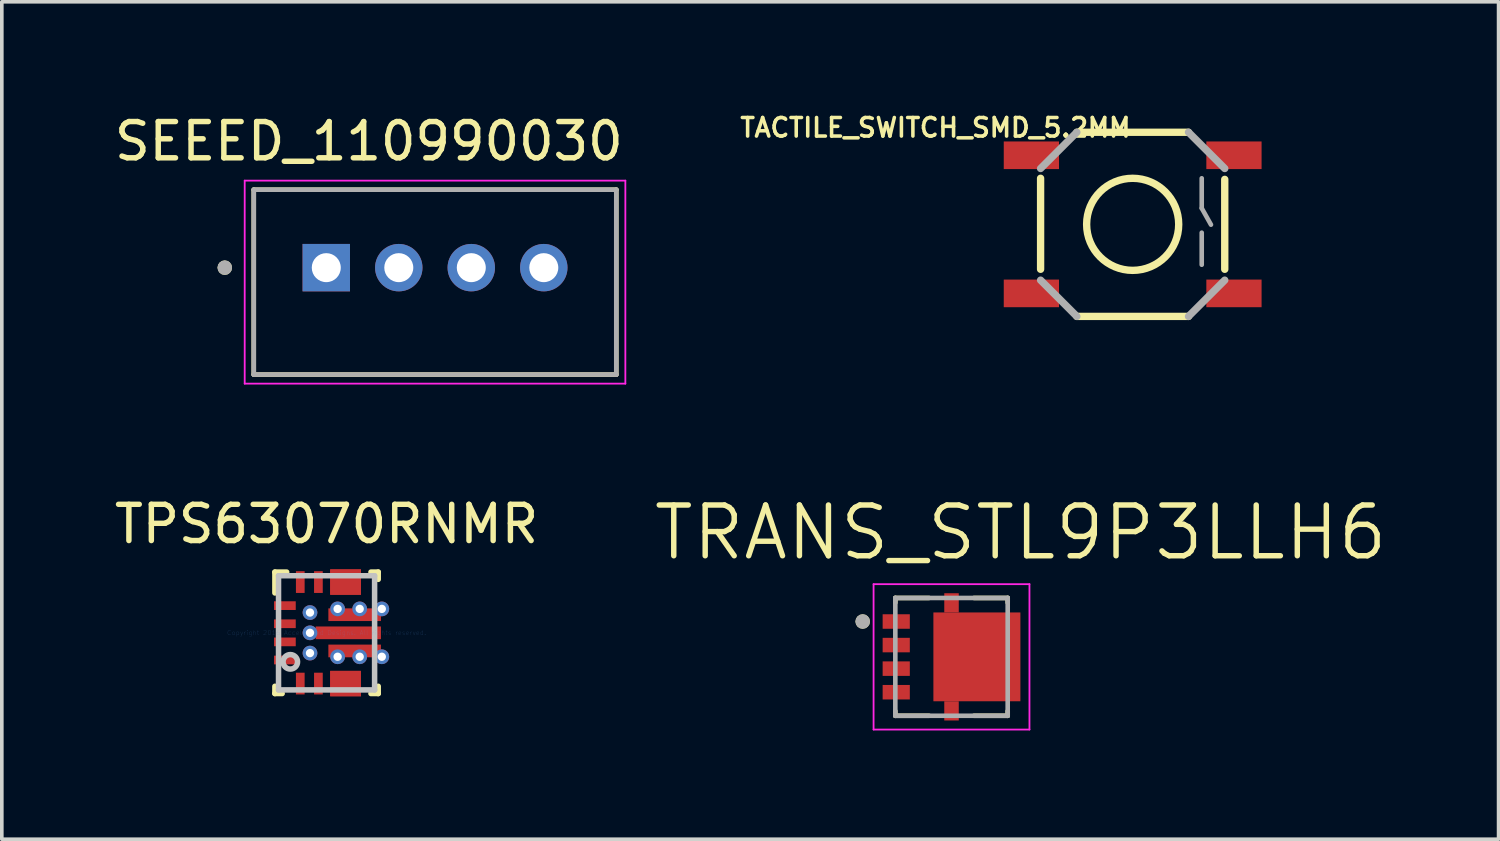
<source format=kicad_pcb>
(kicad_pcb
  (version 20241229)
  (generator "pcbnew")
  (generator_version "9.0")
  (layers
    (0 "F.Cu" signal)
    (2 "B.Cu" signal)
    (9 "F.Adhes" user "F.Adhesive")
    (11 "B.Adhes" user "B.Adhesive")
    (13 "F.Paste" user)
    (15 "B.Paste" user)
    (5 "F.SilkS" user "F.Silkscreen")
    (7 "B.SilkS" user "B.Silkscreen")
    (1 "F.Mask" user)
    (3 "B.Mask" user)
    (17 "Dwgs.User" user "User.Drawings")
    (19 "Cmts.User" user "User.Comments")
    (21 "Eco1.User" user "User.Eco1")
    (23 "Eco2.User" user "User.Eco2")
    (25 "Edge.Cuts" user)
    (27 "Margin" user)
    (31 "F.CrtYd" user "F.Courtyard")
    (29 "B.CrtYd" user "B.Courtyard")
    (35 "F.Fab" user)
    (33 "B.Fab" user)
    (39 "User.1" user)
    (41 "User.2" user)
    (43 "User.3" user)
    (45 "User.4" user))
  (footprint "TPS63070RNMR"
    (layer "F.Cu")
    (at 5.958 14.406)
    (property "Reference" "TPS63070RNMR" (at 0 -3 0) (layer "F.SilkS") (effects (font (size 1 1) (thickness 0.15))))
    (attr through_hole)
    (fp_line (start -1.425 -1.675) (end -1.1 -1.675) (stroke (width 0.152) (type solid)) (layer "F.SilkS"))
    (fp_line (start -1.425 -1.1) (end -1.425 -1.675) (stroke (width 0.152) (type solid)) (layer "F.SilkS"))
    (fp_line (start -1.425 1.675) (end -1.425 1.475) (stroke (width 0.152) (type solid)) (layer "F.SilkS"))
    (fp_line (start -1.425 1.675) (end -1.225 1.675) (stroke (width 0.152) (type solid)) (layer "F.SilkS"))
    (fp_line (start 1.225 -1.675) (end 1.425 -1.675) (stroke (width 0.152) (type solid)) (layer "F.SilkS"))
    (fp_line (start 1.225 1.675) (end 1.425 1.675) (stroke (width 0.152) (type solid)) (layer "F.SilkS"))
    (fp_line (start 1.425 -1.475) (end 1.425 -1.675) (stroke (width 0.152) (type solid)) (layer "F.SilkS"))
    (fp_line (start 1.425 1.675) (end 1.425 1.475) (stroke (width 0.152) (type solid)) (layer "F.SilkS"))
    (fp_line (start -1.325 -1.575) (end 1.325 -1.575) (stroke (width 0.152) (type solid)) (layer "Dwgs.User"))
    (fp_line (start -1.325 1.575) (end -1.325 -1.575) (stroke (width 0.152) (type solid)) (layer "Dwgs.User"))
    (fp_line (start -1.325 1.575) (end 1.325 1.575) (stroke (width 0.152) (type solid)) (layer "Dwgs.User"))
    (fp_line (start 1.325 1.575) (end 1.325 -1.575) (stroke (width 0.152) (type solid)) (layer "Dwgs.User"))
    (fp_circle (center -1 0.8) (end -0.8 0.8) (stroke (width 0.152) (type solid)) (fill no) (layer "Dwgs.User"))
    (fp_text user "Copyright 2016 Accelerated Designs. All rights reserved." (at 0 0 0) (layer "Cmts.User") (effects (font (size 0.127 0.127) (thickness 0.002))))
    (pad "" smd rect (at -1.15 -0.75 90) (size 0.24 0.6) (layers "F.Paste"))
    (pad "" smd rect (at -1.15 -0.75 90) (size 0.342 0.702) (layers "F.Mask"))
    (pad "" smd rect (at -1.15 -0.25 90) (size 0.24 0.6) (layers "F.Paste"))
    (pad "" smd rect (at -1.15 -0.25 90) (size 0.342 0.702) (layers "F.Mask"))
    (pad "" smd rect (at -1.15 0.25 90) (size 0.24 0.6) (layers "F.Paste"))
    (pad "" smd rect (at -1.15 0.25 90) (size 0.342 0.702) (layers "F.Mask"))
    (pad "" smd rect (at -1.15 0.75 90) (size 0.24 0.6) (layers "F.Paste"))
    (pad "" smd rect (at -1.15 0.75 90) (size 0.342 0.702) (layers "F.Mask"))
    (pad "" smd rect (at -0.725 -1.4) (size 0.24 0.6) (layers "F.Paste"))
    (pad "" smd rect (at -0.725 -1.4) (size 0.342 0.702) (layers "F.Mask"))
    (pad "" smd rect (at -0.725 1.4) (size 0.24 0.6) (layers "F.Paste"))
    (pad "" smd rect (at -0.725 1.4) (size 0.342 0.702) (layers "F.Mask"))
    (pad "" smd rect (at -0.225 -1.4) (size 0.24 0.6) (layers "F.Paste"))
    (pad "" smd rect (at -0.225 -1.4) (size 0.342 0.702) (layers "F.Mask"))
    (pad "" smd rect (at -0.225 1.4) (size 0.24 0.6) (layers "F.Paste"))
    (pad "" smd rect (at -0.225 1.4) (size 0.342 0.702) (layers "F.Mask"))
    (pad "" smd rect (at 0.525 -1.4 90) (size 0.000003 0.15) (layers "F.Mask"))
    (pad "" smd rect (at 0.525 -1.4 90) (size 0.000003 0.15) (layers "F.Mask"))
    (pad "" smd rect (at 0.525 -1.4 90) (size 0.000003 0.15) (layers "F.Paste"))
    (pad "" smd rect (at 0.525 -1.4 90) (size 0.000003 0.15) (layers "F.Paste"))
    (pad "" smd rect (at 0.525 1.4 90) (size 0.000003 0.15) (layers "F.Mask"))
    (pad "" smd rect (at 0.525 1.4 90) (size 0.000003 0.15) (layers "F.Mask"))
    (pad "" smd rect (at 0.525 1.4 90) (size 0.000003 0.15) (layers "F.Paste"))
    (pad "" smd rect (at 0.525 1.4 90) (size 0.000003 0.15) (layers "F.Paste"))
    (pad "" smd rect (at 0.6 0 90) (size 0.025 0.025) (layers "F.Paste"))
    (pad "" smd rect (at 0.6 0 90) (size 0.25 1.7) (layers "F.Mask"))
    (pad "" smd rect (at 0.775 -0.5 90) (size 0.025 0.025) (layers "F.Paste"))
    (pad "" smd rect (at 0.775 0.5 90) (size 0.025 0.025) (layers "F.Paste"))
    (pad "1" smd rect (at -1.15 -0.75 90) (size 0.24 0.6) (layers "F.Cu" "F.Mask" "F.Paste"))
    (pad "2" smd rect (at -1.15 -0.25 90) (size 0.24 0.6) (layers "F.Cu" "F.Mask" "F.Paste"))
    (pad "3" smd rect (at -1.15 0.25 90) (size 0.24 0.6) (layers "F.Cu" "F.Mask" "F.Paste"))
    (pad "4" smd rect (at -1.15 0.75 90) (size 0.24 0.6) (layers "F.Cu" "F.Mask" "F.Paste"))
    (pad "5" smd rect (at -0.725 1.4) (size 0.24 0.6) (layers "F.Cu" "F.Mask" "F.Paste"))
    (pad "6" smd rect (at -0.225 1.4) (size 0.24 0.6) (layers "F.Cu" "F.Mask" "F.Paste"))
    (pad "7" smd rect (at 0.525 1.4 90) (size 0.7 0.85) (layers "F.Cu" "F.Mask" "F.Paste"))
    (pad "8" smd rect (at 0.525 1.4 90) (size 0.7 0.85) (layers "F.Cu" "F.Mask" "F.Paste"))
    (pad "9" thru_hole circle (at 0.305 0.66) (size 0.406 0.406) (drill 0.229) (layers "*.Cu"))
    (pad "9" smd rect (at 0.775 0.5 90) (size 0.35 1.45) (layers "F.Cu" "F.Mask" "F.Paste"))
    (pad "9" thru_hole circle (at 0.914 0.66) (size 0.406 0.406) (drill 0.229) (layers "*.Cu"))
    (pad "9" thru_hole circle (at 1.524 0.66) (size 0.406 0.406) (drill 0.229) (layers "*.Cu"))
    (pad "10" thru_hole circle (at -0.457 -0.559) (size 0.406 0.406) (drill 0.229) (layers "*.Cu"))
    (pad "10" thru_hole circle (at -0.457 0) (size 0.406 0.406) (drill 0.229) (layers "*.Cu"))
    (pad "10" thru_hole circle (at -0.457 0.559) (size 0.406 0.406) (drill 0.229) (layers "*.Cu"))
    (pad "10" smd rect (at 0.6 0 90) (size 0.35 1.8) (layers "F.Cu" "F.Mask" "F.Paste"))
    (pad "11" thru_hole circle (at 0.305 -0.66) (size 0.406 0.406) (drill 0.229) (layers "*.Cu"))
    (pad "11" smd rect (at 0.775 -0.5 90) (size 0.35 1.45) (layers "F.Cu" "F.Mask" "F.Paste"))
    (pad "11" thru_hole circle (at 0.914 -0.66) (size 0.406 0.406) (drill 0.229) (layers "*.Cu"))
    (pad "11" thru_hole circle (at 1.524 -0.66) (size 0.406 0.406) (drill 0.229) (layers "*.Cu"))
    (pad "12" smd rect (at 0.525 -1.4 90) (size 0.7 0.85) (layers "F.Cu" "F.Mask" "F.Paste"))
    (pad "13" smd rect (at 0.525 -1.4 90) (size 0.7 0.85) (layers "F.Cu" "F.Mask" "F.Paste"))
    (pad "14" smd rect (at -0.225 -1.4) (size 0.24 0.6) (layers "F.Cu" "F.Mask" "F.Paste"))
    (pad "15" smd rect (at -0.725 -1.4) (size 0.24 0.6) (layers "F.Cu" "F.Mask" "F.Paste")))
  (footprint "TRANS_STL9P3LLH6"
    (layer "F.Cu")
    (at 23.197 15.069)
    (property "Reference" "TRANS_STL9P3LLH6" (at 1.905 -3.429 0) (layer "F.SilkS") (effects (font (size 1.4 1.4) (thickness 0.15))))
    (attr smd)
    (fp_poly (pts (xy -0.3 -1.855) (xy 0.3 -1.855) (xy 0.3 1.855) (xy -0.3 1.855)) (stroke (width 0.01) (type solid)) (fill yes) (layer "F.Mask"))
    (fp_line (start -1.55 -1.625) (end -1.55 -1.495) (stroke (width 0.127) (type solid)) (layer "F.SilkS"))
    (fp_line (start -1.55 -1.625) (end -0.62 -1.625) (stroke (width 0.127) (type solid)) (layer "F.SilkS"))
    (fp_line (start -1.55 1.495) (end -1.55 1.625) (stroke (width 0.127) (type solid)) (layer "F.SilkS"))
    (fp_line (start -0.62 1.625) (end -1.55 1.625) (stroke (width 0.127) (type solid)) (layer "F.SilkS"))
    (fp_line (start 0.62 -1.625) (end 1.55 -1.625) (stroke (width 0.127) (type solid)) (layer "F.SilkS"))
    (fp_line (start 1.55 -1.495) (end 1.55 -1.625) (stroke (width 0.127) (type solid)) (layer "F.SilkS"))
    (fp_line (start 1.55 1.625) (end 0.62 1.625) (stroke (width 0.127) (type solid)) (layer "F.SilkS"))
    (fp_line (start 1.55 1.625) (end 1.55 1.495) (stroke (width 0.127) (type solid)) (layer "F.SilkS"))
    (fp_circle (center -2.45 -0.975) (end -2.35 -0.975) (stroke (width 0.2) (type solid)) (fill no) (layer "F.SilkS"))
    (fp_poly (pts (xy -0.06 -0.775) (xy 1.46 -0.775) (xy 1.46 0.775) (xy -0.06 0.775)) (stroke (width 0.01) (type solid)) (fill yes) (layer "F.Paste"))
    (fp_line (start -2.15 -2.005) (end -2.15 2.005) (stroke (width 0.05) (type solid)) (layer "F.CrtYd"))
    (fp_line (start -2.15 -2.005) (end 2.15 -2.005) (stroke (width 0.05) (type solid)) (layer "F.CrtYd"))
    (fp_line (start 2.15 2.005) (end -2.15 2.005) (stroke (width 0.05) (type solid)) (layer "F.CrtYd"))
    (fp_line (start 2.15 2.005) (end 2.15 -2.005) (stroke (width 0.05) (type solid)) (layer "F.CrtYd"))
    (fp_line (start -1.55 -1.625) (end -1.55 1.625) (stroke (width 0.127) (type solid)) (layer "F.Fab"))
    (fp_line (start -1.55 -1.625) (end 1.55 -1.625) (stroke (width 0.127) (type solid)) (layer "F.Fab"))
    (fp_line (start 1.55 1.625) (end -1.55 1.625) (stroke (width 0.127) (type solid)) (layer "F.Fab"))
    (fp_line (start 1.55 1.625) (end 1.55 -1.625) (stroke (width 0.127) (type solid)) (layer "F.Fab"))
    (fp_circle (center -2.45 -0.975) (end -2.35 -0.975) (stroke (width 0.2) (type solid)) (fill no) (layer "F.Fab"))
    (pad "1" smd rect (at -1.525 -0.975) (size 0.75 0.4) (layers "F.Cu" "F.Mask" "F.Paste"))
    (pad "2" smd rect (at -1.525 -0.325) (size 0.75 0.4) (layers "F.Cu" "F.Mask" "F.Paste"))
    (pad "3" smd rect (at -1.525 0.325) (size 0.75 0.4) (layers "F.Cu" "F.Mask" "F.Paste"))
    (pad "4" smd rect (at -1.525 0.975) (size 0.75 0.4) (layers "F.Cu" "F.Mask" "F.Paste"))
    (pad "5" smd rect (at 0 -1.49) (size 0.4 0.53) (layers "F.Cu" "F.Mask" "F.Paste"))
    (pad "5" smd rect (at 0 1.49) (size 0.4 0.53) (layers "F.Cu" "F.Mask" "F.Paste"))
    (pad "5" smd rect (at 0.7 0) (size 2.4 2.45) (layers "F.Cu" "F.Mask")))
  (footprint "SEEED_110990030"
    (layer "F.Cu")
    (at 8.95 4.333)
    (property "Reference" "SEEED_110990030" (at -1.825 -3.485 0) (layer "F.SilkS") (effects (font (size 1 1) (thickness 0.15))))
    (attr through_hole)
    (fp_line (start -5 -2.15) (end 5 -2.15) (stroke (width 0.127) (type solid)) (layer "F.SilkS"))
    (fp_line (start -5 2.95) (end -5 -2.15) (stroke (width 0.127) (type solid)) (layer "F.SilkS"))
    (fp_line (start 5 -2.15) (end 5 2.95) (stroke (width 0.127) (type solid)) (layer "F.SilkS"))
    (fp_line (start 5 2.95) (end -5 2.95) (stroke (width 0.127) (type solid)) (layer "F.SilkS"))
    (fp_circle (center -5.8 0) (end -5.7 0) (stroke (width 0.2) (type solid)) (fill no) (layer "F.SilkS"))
    (fp_line (start -5.25 -2.4) (end 5.25 -2.4) (stroke (width 0.05) (type solid)) (layer "F.CrtYd"))
    (fp_line (start -5.25 3.2) (end -5.25 -2.4) (stroke (width 0.05) (type solid)) (layer "F.CrtYd"))
    (fp_line (start 5.25 -2.4) (end 5.25 3.2) (stroke (width 0.05) (type solid)) (layer "F.CrtYd"))
    (fp_line (start 5.25 3.2) (end -5.25 3.2) (stroke (width 0.05) (type solid)) (layer "F.CrtYd"))
    (fp_line (start -5 -2.15) (end 5 -2.15) (stroke (width 0.127) (type solid)) (layer "F.Fab"))
    (fp_line (start -5 2.95) (end -5 -2.15) (stroke (width 0.127) (type solid)) (layer "F.Fab"))
    (fp_line (start 5 -2.15) (end 5 2.95) (stroke (width 0.127) (type solid)) (layer "F.Fab"))
    (fp_line (start 5 2.95) (end -5 2.95) (stroke (width 0.127) (type solid)) (layer "F.Fab"))
    (fp_circle (center -5.8 0) (end -5.7 0) (stroke (width 0.2) (type solid)) (fill no) (layer "F.Fab"))
    (pad "1" thru_hole rect (at -3 0) (size 1.308 1.308) (drill 0.8) (layers "*.Cu" "*.Mask"))
    (pad "2" thru_hole circle (at -1 0) (size 1.308 1.308) (drill 0.8) (layers "*.Cu" "*.Mask"))
    (pad "3" thru_hole circle (at 1 0) (size 1.308 1.308) (drill 0.8) (layers "*.Cu" "*.Mask"))
    (pad "4" thru_hole circle (at 3 0) (size 1.308 1.308) (drill 0.8) (layers "*.Cu" "*.Mask")))
  (footprint "TACTILE_SWITCH_SMD_5.2MM"
    (layer "F.Cu")
    (at 28.194 3.138)
    (property "Reference" "TACTILE_SWITCH_SMD_5.2MM" (at 0 -2.667 180) (layer "F.SilkS") (effects (font (size 0.512 0.512) (thickness 0.098)) (justify right)))
    (fp_line (start -2.54 1.24) (end -2.54 -1.27) (stroke (width 0.203) (type solid)) (layer "F.SilkS"))
    (fp_line (start -1.54 -2.54) (end 1.54 -2.54) (stroke (width 0.203) (type solid)) (layer "F.SilkS"))
    (fp_line (start 1.54 2.54) (end -1.54 2.54) (stroke (width 0.203) (type solid)) (layer "F.SilkS"))
    (fp_line (start 2.54 -1.24) (end 2.54 1.24) (stroke (width 0.203) (type solid)) (layer "F.SilkS"))
    (fp_circle (center 0 0) (end 1.27 0) (stroke (width 0.203) (type solid)) (fill no) (layer "F.SilkS"))
    (fp_line (start -2.54 -1.54) (end -1.54 -2.54) (stroke (width 0.203) (type solid)) (layer "F.Fab"))
    (fp_line (start -1.54 2.54) (end -2.54 1.54) (stroke (width 0.203) (type solid)) (layer "F.Fab"))
    (fp_line (start 1.54 -2.54) (end 2.54 -1.54) (stroke (width 0.203) (type solid)) (layer "F.Fab"))
    (fp_line (start 1.905 -1.27) (end 1.905 -0.445) (stroke (width 0.127) (type solid)) (layer "F.Fab"))
    (fp_line (start 1.905 -0.445) (end 2.16 0.01) (stroke (width 0.127) (type solid)) (layer "F.Fab"))
    (fp_line (start 1.905 0.23) (end 1.905 1.115) (stroke (width 0.127) (type solid)) (layer "F.Fab"))
    (fp_line (start 2.54 1.54) (end 1.54 2.54) (stroke (width 0.203) (type solid)) (layer "F.Fab"))
    (pad "1" smd rect (at -2.794 -1.905 90) (size 0.762 1.524) (layers "F.Cu" "F.Mask" "F.Paste"))
    (pad "2" smd rect (at 2.794 -1.905 90) (size 0.762 1.524) (layers "F.Cu" "F.Mask" "F.Paste"))
    (pad "3" smd rect (at -2.794 1.905 90) (size 0.762 1.524) (layers "F.Cu" "F.Mask" "F.Paste"))
    (pad "4" smd rect (at 2.794 1.905 90) (size 0.762 1.524) (layers "F.Cu" "F.Mask" "F.Paste")))
  (gr_rect
    (start -3 -3)
    (end 38.287 20.099)
    (stroke (width 0.1) (type default))
    (fill no)
    (layer "Edge.Cuts")))
</source>
